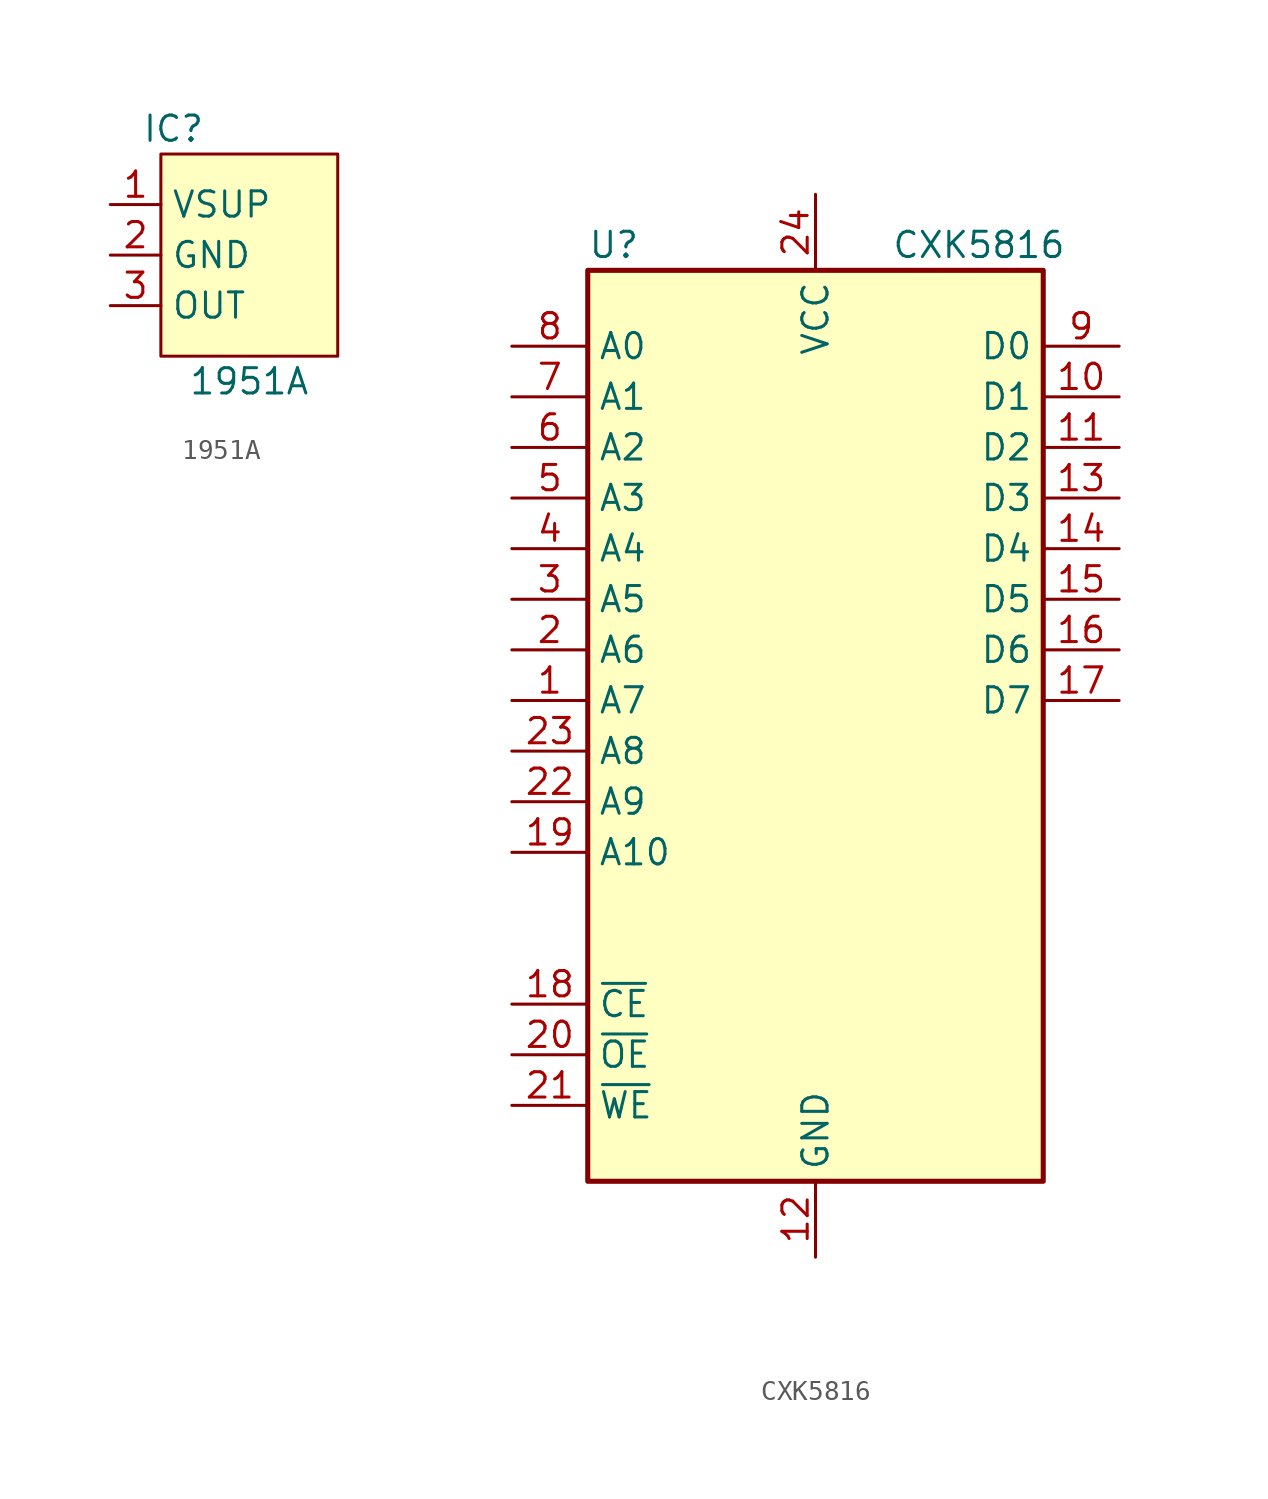
<source format=kicad_sym>
(kicad_symbol_lib
  (version 20211014)
  (generator kicad_symbol_editor)
  (symbol "1951A"
    (property "Reference" "IC"
      (at 3.175 3.81 0)
      (effects (font (size 1.27 1.27))))
    (property "Value" "1951A"
      (at 6.985 -8.89 0)
      (effects (font (size 1.27 1.27))))
    (symbol "1951A_0_1"
      (rectangle (start 2.54 2.54) (end 11.43 -7.62) (stroke (width 0.152) (type default) (color 0 0 0 0)) (fill (type background))))
    (symbol "1951A_1_1"
      (pin passive line (at 0 0 0) (length 2.54) (name "VSUP" (effects (font (size 1.27 1.27)))) (number "1" (effects (font (size 1.27 1.27)))))
      (pin passive line (at 0 -2.54 0) (length 2.54) (name "GND" (effects (font (size 1.27 1.27)))) (number "2" (effects (font (size 1.27 1.27)))))
      (pin passive line (at 0 -5.08 0) (length 2.54) (name "OUT" (effects (font (size 1.27 1.27)))) (number "3" (effects (font (size 1.27 1.27)))))))
  (symbol "CXK5816"
    (property "Reference" "U"
      (at -11.43 27.94 0)
      (effects (font (size 1.27 1.27)) (justify left)))
    (property "Value" "CXK5816"
      (at 3.81 27.94 0)
      (effects (font (size 1.27 1.27)) (justify left)))
    (symbol "CXK5816_0_0"
      (pin power_in line (at 0 -22.86 90) (length 3.81) (name "GND" (effects (font (size 1.27 1.27)))) (number "12" (effects (font (size 1.27 1.27)))))
      (pin power_in line (at 0 30.48 270) (length 3.81) (name "VCC" (effects (font (size 1.27 1.27)))) (number "24" (effects (font (size 1.27 1.27))))))
    (symbol "CXK5816_0_1"
      (rectangle (start -11.43 26.67) (end 11.43 -19.05) (stroke (width 0.254) (type default) (color 0 0 0 0)) (fill (type background))))
    (symbol "CXK5816_1_1"
      (pin input line (at -15.24 5.08 0) (length 3.81) (name "A7" (effects (font (size 1.27 1.27)))) (number "1" (effects (font (size 1.27 1.27)))))
      (pin tri_state line (at 15.24 20.32 180) (length 3.81) (name "D1" (effects (font (size 1.27 1.27)))) (number "10" (effects (font (size 1.27 1.27)))))
      (pin tri_state line (at 15.24 17.78 180) (length 3.81) (name "D2" (effects (font (size 1.27 1.27)))) (number "11" (effects (font (size 1.27 1.27)))))
      (pin tri_state line (at 15.24 15.24 180) (length 3.81) (name "D3" (effects (font (size 1.27 1.27)))) (number "13" (effects (font (size 1.27 1.27)))))
      (pin tri_state line (at 15.24 12.7 180) (length 3.81) (name "D4" (effects (font (size 1.27 1.27)))) (number "14" (effects (font (size 1.27 1.27)))))
      (pin tri_state line (at 15.24 10.16 180) (length 3.81) (name "D5" (effects (font (size 1.27 1.27)))) (number "15" (effects (font (size 1.27 1.27)))))
      (pin tri_state line (at 15.24 7.62 180) (length 3.81) (name "D6" (effects (font (size 1.27 1.27)))) (number "16" (effects (font (size 1.27 1.27)))))
      (pin tri_state line (at 15.24 5.08 180) (length 3.81) (name "D7" (effects (font (size 1.27 1.27)))) (number "17" (effects (font (size 1.27 1.27)))))
      (pin input line (at -15.24 -10.16 0) (length 3.81) (name "~{CE}" (effects (font (size 1.27 1.27)))) (number "18" (effects (font (size 1.27 1.27)))))
      (pin input line (at -15.24 -2.54 0) (length 3.81) (name "A10" (effects (font (size 1.27 1.27)))) (number "19" (effects (font (size 1.27 1.27)))))
      (pin input line (at -15.24 7.62 0) (length 3.81) (name "A6" (effects (font (size 1.27 1.27)))) (number "2" (effects (font (size 1.27 1.27)))))
      (pin input line (at -15.24 -12.7 0) (length 3.81) (name "~{OE}" (effects (font (size 1.27 1.27)))) (number "20" (effects (font (size 1.27 1.27)))))
      (pin input line (at -15.24 -15.24 0) (length 3.81) (name "~{WE}" (effects (font (size 1.27 1.27)))) (number "21" (effects (font (size 1.27 1.27)))))
      (pin input line (at -15.24 0 0) (length 3.81) (name "A9" (effects (font (size 1.27 1.27)))) (number "22" (effects (font (size 1.27 1.27)))))
      (pin input line (at -15.24 2.54 0) (length 3.81) (name "A8" (effects (font (size 1.27 1.27)))) (number "23" (effects (font (size 1.27 1.27)))))
      (pin input line (at -15.24 10.16 0) (length 3.81) (name "A5" (effects (font (size 1.27 1.27)))) (number "3" (effects (font (size 1.27 1.27)))))
      (pin input line (at -15.24 12.7 0) (length 3.81) (name "A4" (effects (font (size 1.27 1.27)))) (number "4" (effects (font (size 1.27 1.27)))))
      (pin input line (at -15.24 15.24 0) (length 3.81) (name "A3" (effects (font (size 1.27 1.27)))) (number "5" (effects (font (size 1.27 1.27)))))
      (pin input line (at -15.24 17.78 0) (length 3.81) (name "A2" (effects (font (size 1.27 1.27)))) (number "6" (effects (font (size 1.27 1.27)))))
      (pin input line (at -15.24 20.32 0) (length 3.81) (name "A1" (effects (font (size 1.27 1.27)))) (number "7" (effects (font (size 1.27 1.27)))))
      (pin input line (at -15.24 22.86 0) (length 3.81) (name "A0" (effects (font (size 1.27 1.27)))) (number "8" (effects (font (size 1.27 1.27)))))
      (pin tri_state line (at 15.24 22.86 180) (length 3.81) (name "D0" (effects (font (size 1.27 1.27)))) (number "9" (effects (font (size 1.27 1.27))))))))
</source>
